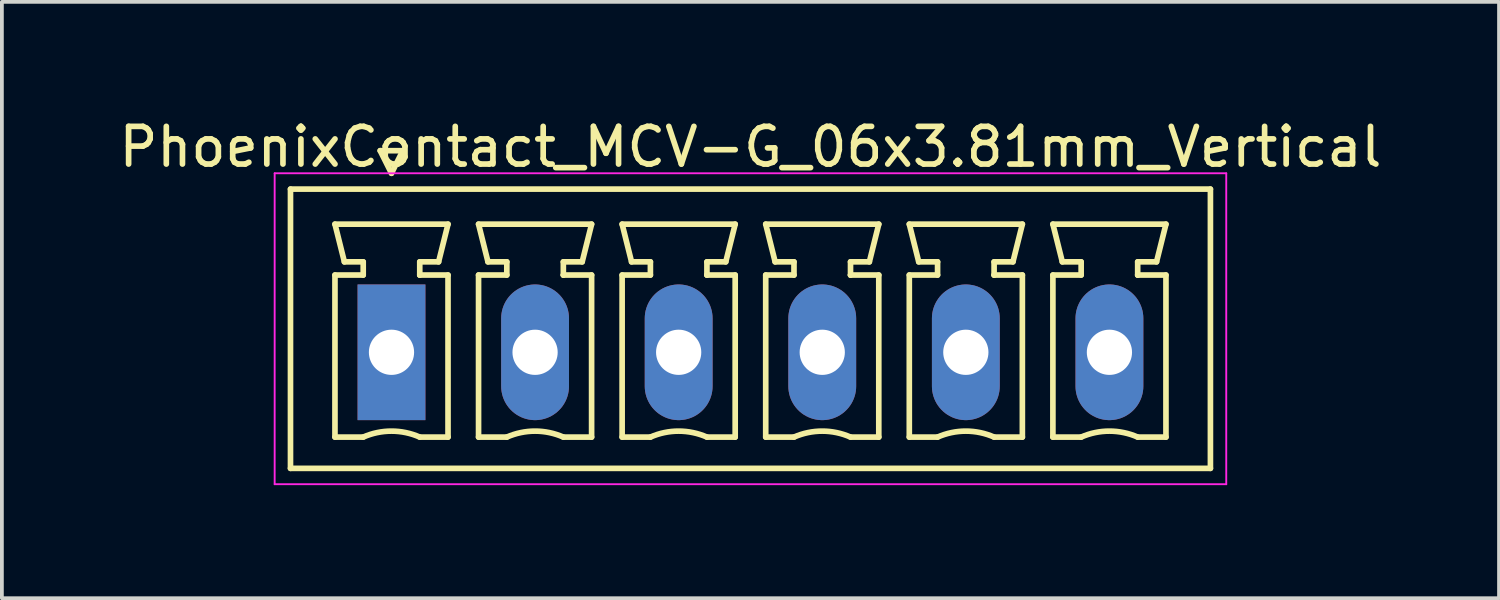
<source format=kicad_pcb>
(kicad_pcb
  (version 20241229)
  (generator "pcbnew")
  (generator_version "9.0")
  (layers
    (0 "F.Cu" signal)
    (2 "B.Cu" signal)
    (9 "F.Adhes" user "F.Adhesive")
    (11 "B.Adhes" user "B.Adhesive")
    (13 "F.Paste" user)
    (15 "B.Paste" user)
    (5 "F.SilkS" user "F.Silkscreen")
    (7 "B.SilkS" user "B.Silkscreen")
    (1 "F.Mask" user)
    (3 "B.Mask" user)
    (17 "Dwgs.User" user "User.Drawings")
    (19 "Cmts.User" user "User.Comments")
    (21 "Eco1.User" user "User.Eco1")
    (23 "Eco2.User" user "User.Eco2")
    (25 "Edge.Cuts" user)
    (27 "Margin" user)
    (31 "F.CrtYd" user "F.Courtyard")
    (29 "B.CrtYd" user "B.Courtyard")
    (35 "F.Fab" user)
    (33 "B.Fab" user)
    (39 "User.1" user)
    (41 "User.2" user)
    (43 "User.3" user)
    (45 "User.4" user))
  (footprint "PhoenixContact_MCV-G_06x3.81mm_Vertical"
    (layer "F.Cu")
    (at 7.338 6.298)
    (property "Reference" "PhoenixContact_MCV-G_06x3.81mm_Vertical" (at 9.525 -5.45 0) (layer "F.SilkS") (effects (font (size 1 1) (thickness 0.15))))
    (attr through_hole)
    (fp_line (start -2.68 -4.33) (end -2.68 3.08) (stroke (width 0.15) (type solid)) (layer "F.SilkS"))
    (fp_line (start -2.68 3.08) (end 21.73 3.08) (stroke (width 0.15) (type solid)) (layer "F.SilkS"))
    (fp_line (start -1.5 -3.4) (end 1.5 -3.4) (stroke (width 0.15) (type solid)) (layer "F.SilkS"))
    (fp_line (start -1.5 -2.05) (end -0.75 -2.05) (stroke (width 0.15) (type solid)) (layer "F.SilkS"))
    (fp_line (start -1.5 2.25) (end -1.5 -2.05) (stroke (width 0.15) (type solid)) (layer "F.SilkS"))
    (fp_line (start -1.25 -2.4) (end -1.5 -3.4) (stroke (width 0.15) (type solid)) (layer "F.SilkS"))
    (fp_line (start -0.75 -2.4) (end -1.25 -2.4) (stroke (width 0.15) (type solid)) (layer "F.SilkS"))
    (fp_line (start -0.75 -2.05) (end -0.75 -2.4) (stroke (width 0.15) (type solid)) (layer "F.SilkS"))
    (fp_line (start -0.75 2.25) (end -1.5 2.25) (stroke (width 0.15) (type solid)) (layer "F.SilkS"))
    (fp_line (start -0.3 -5.35) (end 0 -4.75) (stroke (width 0.15) (type solid)) (layer "F.SilkS"))
    (fp_line (start 0 -4.75) (end 0.3 -5.35) (stroke (width 0.15) (type solid)) (layer "F.SilkS"))
    (fp_line (start 0.3 -5.35) (end -0.3 -5.35) (stroke (width 0.15) (type solid)) (layer "F.SilkS"))
    (fp_line (start 0.75 -2.4) (end 0.75 -2.05) (stroke (width 0.15) (type solid)) (layer "F.SilkS"))
    (fp_line (start 0.75 -2.05) (end 0.75 -2.05) (stroke (width 0.15) (type solid)) (layer "F.SilkS"))
    (fp_line (start 0.75 -2.05) (end 1.5 -2.05) (stroke (width 0.15) (type solid)) (layer "F.SilkS"))
    (fp_line (start 1.25 -2.4) (end 0.75 -2.4) (stroke (width 0.15) (type solid)) (layer "F.SilkS"))
    (fp_line (start 1.5 -3.4) (end 1.25 -2.4) (stroke (width 0.15) (type solid)) (layer "F.SilkS"))
    (fp_line (start 1.5 -2.05) (end 1.5 2.25) (stroke (width 0.15) (type solid)) (layer "F.SilkS"))
    (fp_line (start 1.5 2.25) (end 0.75 2.25) (stroke (width 0.15) (type solid)) (layer "F.SilkS"))
    (fp_line (start 2.31 -3.4) (end 5.31 -3.4) (stroke (width 0.15) (type solid)) (layer "F.SilkS"))
    (fp_line (start 2.31 -2.05) (end 3.06 -2.05) (stroke (width 0.15) (type solid)) (layer "F.SilkS"))
    (fp_line (start 2.31 2.25) (end 2.31 -2.05) (stroke (width 0.15) (type solid)) (layer "F.SilkS"))
    (fp_line (start 2.56 -2.4) (end 2.31 -3.4) (stroke (width 0.15) (type solid)) (layer "F.SilkS"))
    (fp_line (start 3.06 -2.4) (end 2.56 -2.4) (stroke (width 0.15) (type solid)) (layer "F.SilkS"))
    (fp_line (start 3.06 -2.05) (end 3.06 -2.4) (stroke (width 0.15) (type solid)) (layer "F.SilkS"))
    (fp_line (start 3.06 2.25) (end 2.31 2.25) (stroke (width 0.15) (type solid)) (layer "F.SilkS"))
    (fp_line (start 4.56 -2.4) (end 4.56 -2.05) (stroke (width 0.15) (type solid)) (layer "F.SilkS"))
    (fp_line (start 4.56 -2.05) (end 4.56 -2.05) (stroke (width 0.15) (type solid)) (layer "F.SilkS"))
    (fp_line (start 4.56 -2.05) (end 5.31 -2.05) (stroke (width 0.15) (type solid)) (layer "F.SilkS"))
    (fp_line (start 5.06 -2.4) (end 4.56 -2.4) (stroke (width 0.15) (type solid)) (layer "F.SilkS"))
    (fp_line (start 5.31 -3.4) (end 5.06 -2.4) (stroke (width 0.15) (type solid)) (layer "F.SilkS"))
    (fp_line (start 5.31 -2.05) (end 5.31 2.25) (stroke (width 0.15) (type solid)) (layer "F.SilkS"))
    (fp_line (start 5.31 2.25) (end 4.56 2.25) (stroke (width 0.15) (type solid)) (layer "F.SilkS"))
    (fp_line (start 6.12 -3.4) (end 9.12 -3.4) (stroke (width 0.15) (type solid)) (layer "F.SilkS"))
    (fp_line (start 6.12 -2.05) (end 6.87 -2.05) (stroke (width 0.15) (type solid)) (layer "F.SilkS"))
    (fp_line (start 6.12 2.25) (end 6.12 -2.05) (stroke (width 0.15) (type solid)) (layer "F.SilkS"))
    (fp_line (start 6.37 -2.4) (end 6.12 -3.4) (stroke (width 0.15) (type solid)) (layer "F.SilkS"))
    (fp_line (start 6.87 -2.4) (end 6.37 -2.4) (stroke (width 0.15) (type solid)) (layer "F.SilkS"))
    (fp_line (start 6.87 -2.05) (end 6.87 -2.4) (stroke (width 0.15) (type solid)) (layer "F.SilkS"))
    (fp_line (start 6.87 2.25) (end 6.12 2.25) (stroke (width 0.15) (type solid)) (layer "F.SilkS"))
    (fp_line (start 8.37 -2.4) (end 8.37 -2.05) (stroke (width 0.15) (type solid)) (layer "F.SilkS"))
    (fp_line (start 8.37 -2.05) (end 8.37 -2.05) (stroke (width 0.15) (type solid)) (layer "F.SilkS"))
    (fp_line (start 8.37 -2.05) (end 9.12 -2.05) (stroke (width 0.15) (type solid)) (layer "F.SilkS"))
    (fp_line (start 8.87 -2.4) (end 8.37 -2.4) (stroke (width 0.15) (type solid)) (layer "F.SilkS"))
    (fp_line (start 9.12 -3.4) (end 8.87 -2.4) (stroke (width 0.15) (type solid)) (layer "F.SilkS"))
    (fp_line (start 9.12 -2.05) (end 9.12 2.25) (stroke (width 0.15) (type solid)) (layer "F.SilkS"))
    (fp_line (start 9.12 2.25) (end 8.37 2.25) (stroke (width 0.15) (type solid)) (layer "F.SilkS"))
    (fp_line (start 9.93 -3.4) (end 12.93 -3.4) (stroke (width 0.15) (type solid)) (layer "F.SilkS"))
    (fp_line (start 9.93 -2.05) (end 10.68 -2.05) (stroke (width 0.15) (type solid)) (layer "F.SilkS"))
    (fp_line (start 9.93 2.25) (end 9.93 -2.05) (stroke (width 0.15) (type solid)) (layer "F.SilkS"))
    (fp_line (start 10.18 -2.4) (end 9.93 -3.4) (stroke (width 0.15) (type solid)) (layer "F.SilkS"))
    (fp_line (start 10.68 -2.4) (end 10.18 -2.4) (stroke (width 0.15) (type solid)) (layer "F.SilkS"))
    (fp_line (start 10.68 -2.05) (end 10.68 -2.4) (stroke (width 0.15) (type solid)) (layer "F.SilkS"))
    (fp_line (start 10.68 2.25) (end 9.93 2.25) (stroke (width 0.15) (type solid)) (layer "F.SilkS"))
    (fp_line (start 12.18 -2.4) (end 12.18 -2.05) (stroke (width 0.15) (type solid)) (layer "F.SilkS"))
    (fp_line (start 12.18 -2.05) (end 12.18 -2.05) (stroke (width 0.15) (type solid)) (layer "F.SilkS"))
    (fp_line (start 12.18 -2.05) (end 12.93 -2.05) (stroke (width 0.15) (type solid)) (layer "F.SilkS"))
    (fp_line (start 12.68 -2.4) (end 12.18 -2.4) (stroke (width 0.15) (type solid)) (layer "F.SilkS"))
    (fp_line (start 12.93 -3.4) (end 12.68 -2.4) (stroke (width 0.15) (type solid)) (layer "F.SilkS"))
    (fp_line (start 12.93 -2.05) (end 12.93 2.25) (stroke (width 0.15) (type solid)) (layer "F.SilkS"))
    (fp_line (start 12.93 2.25) (end 12.18 2.25) (stroke (width 0.15) (type solid)) (layer "F.SilkS"))
    (fp_line (start 13.74 -3.4) (end 16.74 -3.4) (stroke (width 0.15) (type solid)) (layer "F.SilkS"))
    (fp_line (start 13.74 -2.05) (end 14.49 -2.05) (stroke (width 0.15) (type solid)) (layer "F.SilkS"))
    (fp_line (start 13.74 2.25) (end 13.74 -2.05) (stroke (width 0.15) (type solid)) (layer "F.SilkS"))
    (fp_line (start 13.99 -2.4) (end 13.74 -3.4) (stroke (width 0.15) (type solid)) (layer "F.SilkS"))
    (fp_line (start 14.49 -2.4) (end 13.99 -2.4) (stroke (width 0.15) (type solid)) (layer "F.SilkS"))
    (fp_line (start 14.49 -2.05) (end 14.49 -2.4) (stroke (width 0.15) (type solid)) (layer "F.SilkS"))
    (fp_line (start 14.49 2.25) (end 13.74 2.25) (stroke (width 0.15) (type solid)) (layer "F.SilkS"))
    (fp_line (start 15.99 -2.4) (end 15.99 -2.05) (stroke (width 0.15) (type solid)) (layer "F.SilkS"))
    (fp_line (start 15.99 -2.05) (end 15.99 -2.05) (stroke (width 0.15) (type solid)) (layer "F.SilkS"))
    (fp_line (start 15.99 -2.05) (end 16.74 -2.05) (stroke (width 0.15) (type solid)) (layer "F.SilkS"))
    (fp_line (start 16.49 -2.4) (end 15.99 -2.4) (stroke (width 0.15) (type solid)) (layer "F.SilkS"))
    (fp_line (start 16.74 -3.4) (end 16.49 -2.4) (stroke (width 0.15) (type solid)) (layer "F.SilkS"))
    (fp_line (start 16.74 -2.05) (end 16.74 2.25) (stroke (width 0.15) (type solid)) (layer "F.SilkS"))
    (fp_line (start 16.74 2.25) (end 15.99 2.25) (stroke (width 0.15) (type solid)) (layer "F.SilkS"))
    (fp_line (start 17.55 -3.4) (end 20.55 -3.4) (stroke (width 0.15) (type solid)) (layer "F.SilkS"))
    (fp_line (start 17.55 -2.05) (end 18.3 -2.05) (stroke (width 0.15) (type solid)) (layer "F.SilkS"))
    (fp_line (start 17.55 2.25) (end 17.55 -2.05) (stroke (width 0.15) (type solid)) (layer "F.SilkS"))
    (fp_line (start 17.8 -2.4) (end 17.55 -3.4) (stroke (width 0.15) (type solid)) (layer "F.SilkS"))
    (fp_line (start 18.3 -2.4) (end 17.8 -2.4) (stroke (width 0.15) (type solid)) (layer "F.SilkS"))
    (fp_line (start 18.3 -2.05) (end 18.3 -2.4) (stroke (width 0.15) (type solid)) (layer "F.SilkS"))
    (fp_line (start 18.3 2.25) (end 17.55 2.25) (stroke (width 0.15) (type solid)) (layer "F.SilkS"))
    (fp_line (start 19.8 -2.4) (end 19.8 -2.05) (stroke (width 0.15) (type solid)) (layer "F.SilkS"))
    (fp_line (start 19.8 -2.05) (end 19.8 -2.05) (stroke (width 0.15) (type solid)) (layer "F.SilkS"))
    (fp_line (start 19.8 -2.05) (end 20.55 -2.05) (stroke (width 0.15) (type solid)) (layer "F.SilkS"))
    (fp_line (start 20.3 -2.4) (end 19.8 -2.4) (stroke (width 0.15) (type solid)) (layer "F.SilkS"))
    (fp_line (start 20.55 -3.4) (end 20.3 -2.4) (stroke (width 0.15) (type solid)) (layer "F.SilkS"))
    (fp_line (start 20.55 -2.05) (end 20.55 2.25) (stroke (width 0.15) (type solid)) (layer "F.SilkS"))
    (fp_line (start 20.55 2.25) (end 19.8 2.25) (stroke (width 0.15) (type solid)) (layer "F.SilkS"))
    (fp_line (start 21.73 -4.33) (end -2.68 -4.33) (stroke (width 0.15) (type solid)) (layer "F.SilkS"))
    (fp_line (start 21.73 3.08) (end 21.73 -4.33) (stroke (width 0.15) (type solid)) (layer "F.SilkS"))
    (fp_arc (start -0.75 2.25) (mid -0.000193 2.09191) (end 0.749647 2.249844) (stroke (width 0.15) (type solid)) (layer "F.SilkS"))
    (fp_arc (start 3.06 2.25) (mid 3.809807 2.09191) (end 4.559647 2.249844) (stroke (width 0.15) (type solid)) (layer "F.SilkS"))
    (fp_arc (start 6.87 2.25) (mid 7.619807 2.09191) (end 8.369647 2.249844) (stroke (width 0.15) (type solid)) (layer "F.SilkS"))
    (fp_arc (start 10.68 2.25) (mid 11.429807 2.09191) (end 12.179647 2.249844) (stroke (width 0.15) (type solid)) (layer "F.SilkS"))
    (fp_arc (start 14.49 2.25) (mid 15.239807 2.09191) (end 15.989647 2.249844) (stroke (width 0.15) (type solid)) (layer "F.SilkS"))
    (fp_arc (start 18.3 2.25) (mid 19.049807 2.09191) (end 19.799647 2.249844) (stroke (width 0.15) (type solid)) (layer "F.SilkS"))
    (fp_line (start -3.1 -4.75) (end -3.1 3.5) (stroke (width 0.05) (type solid)) (layer "F.CrtYd"))
    (fp_line (start -3.1 3.5) (end 22.15 3.5) (stroke (width 0.05) (type solid)) (layer "F.CrtYd"))
    (fp_line (start 22.15 -4.75) (end -3.1 -4.75) (stroke (width 0.05) (type solid)) (layer "F.CrtYd"))
    (fp_line (start 22.15 3.5) (end 22.15 -4.75) (stroke (width 0.05) (type solid)) (layer "F.CrtYd"))
    (pad "1" thru_hole rect (at 0 0) (size 1.8 3.6) (drill 1.2) (layers "*.Cu" "*.Mask"))
    (pad "2" thru_hole oval (at 3.81 0) (size 1.8 3.6) (drill 1.2) (layers "*.Cu" "*.Mask"))
    (pad "3" thru_hole oval (at 7.62 0) (size 1.8 3.6) (drill 1.2) (layers "*.Cu" "*.Mask"))
    (pad "4" thru_hole oval (at 11.43 0) (size 1.8 3.6) (drill 1.2) (layers "*.Cu" "*.Mask"))
    (pad "5" thru_hole oval (at 15.24 0) (size 1.8 3.6) (drill 1.2) (layers "*.Cu" "*.Mask"))
    (pad "6" thru_hole oval (at 19.05 0) (size 1.8 3.6) (drill 1.2) (layers "*.Cu" "*.Mask")))
  (gr_rect
    (start -3 -3)
    (end 36.726 12.823)
    (stroke (width 0.1) (type default))
    (fill no)
    (layer "Edge.Cuts")))
</source>
